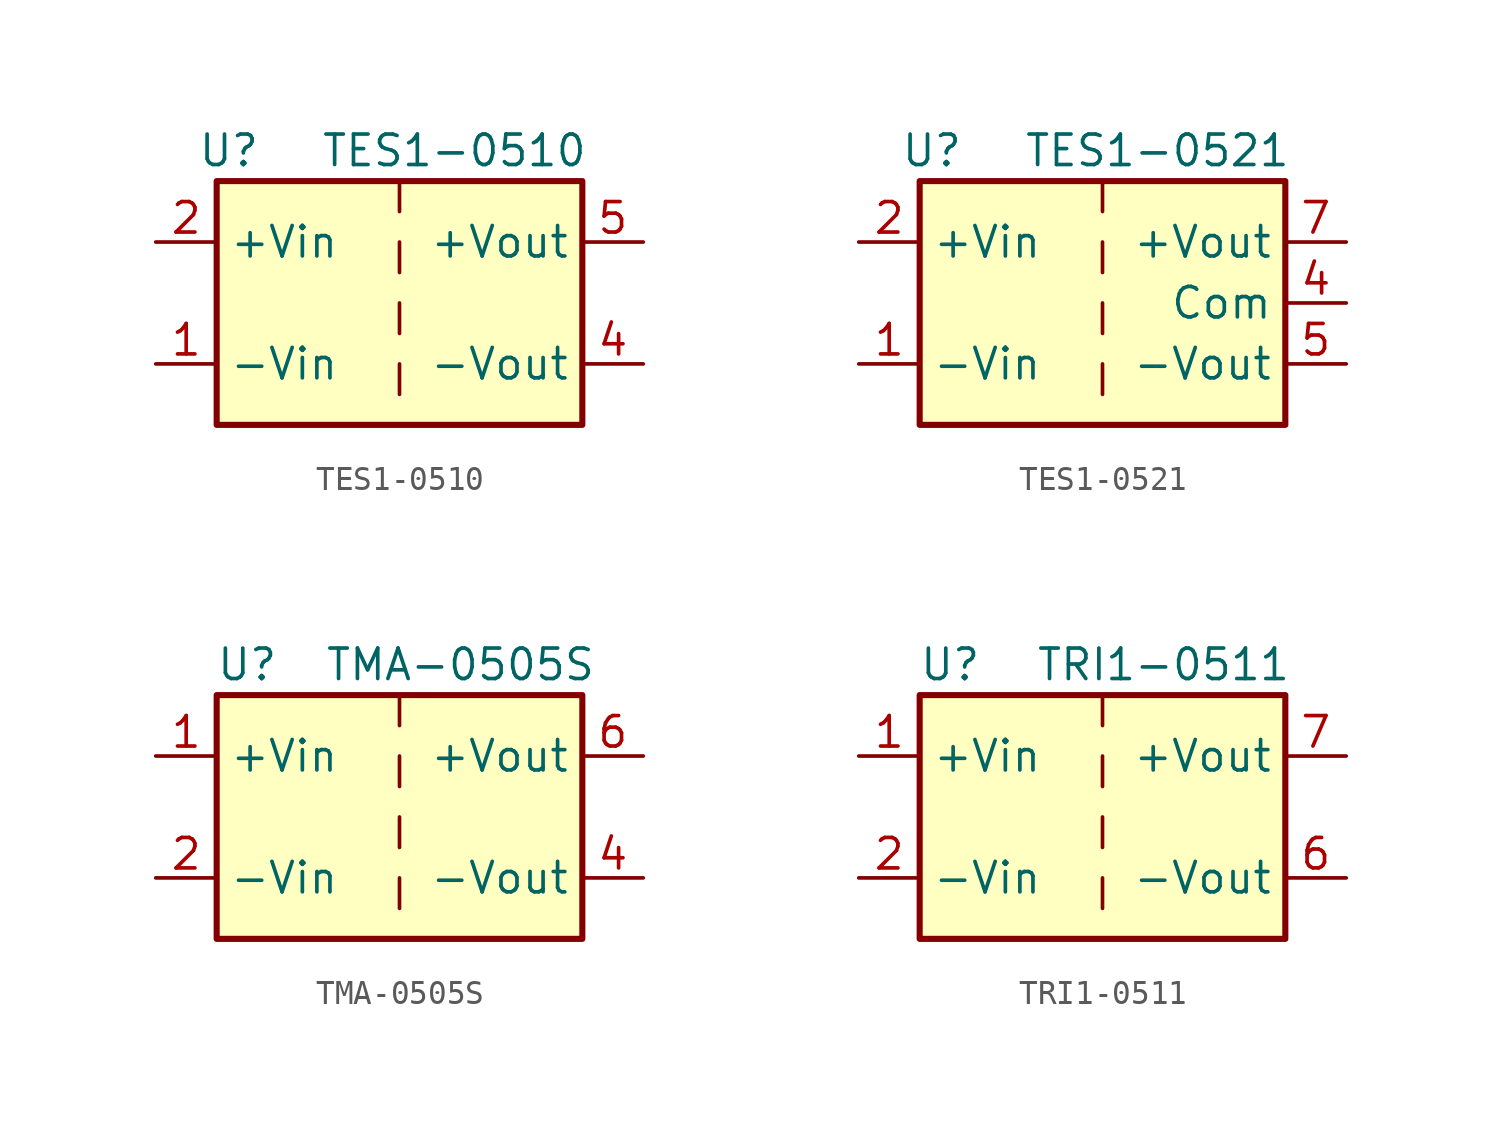
<source format=kicad_sym>
(kicad_symbol_lib
  (version 20241209)
  (generator "kicad_symbol_editor")
  (generator_version "9.0")
  (symbol "TES1-0510"
    (property "Reference" "U"
      (at -7.112 6.35 0)
      (effects (font (size 1.27 1.27))))
    (property "Value" "TES1-0510"
      (at 2.286 6.35 0)
      (effects (font (size 1.27 1.27))))
    (symbol "TES1-0510_0_0"
      (pin power_in line (at -10.16 2.54 0) (length 2.54) (name "+Vin" (effects (font (size 1.27 1.27)))) (number "2" (effects (font (size 1.27 1.27)))))
      (pin power_in line (at -10.16 -2.54 0) (length 2.54) (name "-Vin" (effects (font (size 1.27 1.27)))) (number "1" (effects (font (size 1.27 1.27))))))
    (symbol "TES1-0510_0_1"
      (rectangle (start -7.62 5.08) (end 7.62 -5.08) (stroke (width 0.254) (type default)) (fill (type background)))
      (polyline (pts (xy 0 5.08) (xy 0 3.81)) (stroke (width 0) (type default)) (fill (type none)))
      (polyline (pts (xy 0 2.54) (xy 0 1.27)) (stroke (width 0) (type default)) (fill (type none)))
      (polyline (pts (xy 0 0) (xy 0 -1.27)) (stroke (width 0) (type default)) (fill (type none)))
      (polyline (pts (xy 0 -2.54) (xy 0 -3.81)) (stroke (width 0) (type default)) (fill (type none))))
    (symbol "TES1-0510_1_0"
      (pin no_connect line (at 0 5.08 270) (length 2.54) (hide yes) (name "NTC" (effects (font (size 1.27 1.27)))) (number "8" (effects (font (size 1.27 1.27)))))
      (pin power_out line (at 10.16 2.54 180) (length 2.54) (name "+Vout" (effects (font (size 1.27 1.27)))) (number "5" (effects (font (size 1.27 1.27)))))
      (pin power_out line (at 10.16 -2.54 180) (length 2.54) (name "-Vout" (effects (font (size 1.27 1.27)))) (number "4" (effects (font (size 1.27 1.27)))))))
  (symbol "TES1-0521"
    (property "Reference" "U"
      (at -7.112 6.35 0)
      (effects (font (size 1.27 1.27))))
    (property "Value" "TES1-0521"
      (at 2.286 6.35 0)
      (effects (font (size 1.27 1.27))))
    (symbol "TES1-0521_0_0"
      (pin power_in line (at -10.16 2.54 0) (length 2.54) (name "+Vin" (effects (font (size 1.27 1.27)))) (number "2" (effects (font (size 1.27 1.27)))))
      (pin power_in line (at -10.16 -2.54 0) (length 2.54) (name "-Vin" (effects (font (size 1.27 1.27)))) (number "1" (effects (font (size 1.27 1.27))))))
    (symbol "TES1-0521_0_1"
      (rectangle (start -7.62 5.08) (end 7.62 -5.08) (stroke (width 0.254) (type default)) (fill (type background)))
      (polyline (pts (xy 0 5.08) (xy 0 3.81)) (stroke (width 0) (type default)) (fill (type none)))
      (polyline (pts (xy 0 2.54) (xy 0 1.27)) (stroke (width 0) (type default)) (fill (type none)))
      (polyline (pts (xy 0 0) (xy 0 -1.27)) (stroke (width 0) (type default)) (fill (type none)))
      (polyline (pts (xy 0 -2.54) (xy 0 -3.81)) (stroke (width 0) (type default)) (fill (type none))))
    (symbol "TES1-0521_1_0"
      (pin no_connect line (at 0 5.08 270) (length 2.54) (hide yes) (name "NTC" (effects (font (size 1.27 1.27)))) (number "10" (effects (font (size 1.27 1.27)))))
      (pin power_out line (at 10.16 2.54 180) (length 2.54) (name "+Vout" (effects (font (size 1.27 1.27)))) (number "7" (effects (font (size 1.27 1.27)))))
      (pin power_out line (at 10.16 0 180) (length 2.54) (name "Com" (effects (font (size 1.27 1.27)))) (number "4" (effects (font (size 1.27 1.27)))))
      (pin power_out line (at 10.16 -2.54 180) (length 2.54) (name "-Vout" (effects (font (size 1.27 1.27)))) (number "5" (effects (font (size 1.27 1.27)))))))
  (symbol "TMA-0505S"
    (property "Reference" "U"
      (at -6.35 6.35 0)
      (effects (font (size 1.27 1.27))))
    (property "Value" "TMA-0505S"
      (at 2.54 6.35 0)
      (effects (font (size 1.27 1.27))))
    (symbol "TMA-0505S_0_1"
      (rectangle (start -7.62 5.08) (end 7.62 -5.08) (stroke (width 0.254) (type default)) (fill (type background)))
      (polyline (pts (xy 0 5.08) (xy 0 3.81)) (stroke (width 0) (type default)) (fill (type none)))
      (polyline (pts (xy 0 2.54) (xy 0 1.27)) (stroke (width 0) (type default)) (fill (type none)))
      (polyline (pts (xy 0 0) (xy 0 -1.27)) (stroke (width 0) (type default)) (fill (type none)))
      (polyline (pts (xy 0 -2.54) (xy 0 -3.81)) (stroke (width 0) (type default)) (fill (type none))))
    (symbol "TMA-0505S_1_1"
      (pin power_in line (at -10.16 2.54 0) (length 2.54) (name "+Vin" (effects (font (size 1.27 1.27)))) (number "1" (effects (font (size 1.27 1.27)))))
      (pin power_in line (at -10.16 -2.54 0) (length 2.54) (name "-Vin" (effects (font (size 1.27 1.27)))) (number "2" (effects (font (size 1.27 1.27)))))
      (pin power_out line (at 10.16 2.54 180) (length 2.54) (name "+Vout" (effects (font (size 1.27 1.27)))) (number "6" (effects (font (size 1.27 1.27)))))
      (pin power_out line (at 10.16 -2.54 180) (length 2.54) (name "-Vout" (effects (font (size 1.27 1.27)))) (number "4" (effects (font (size 1.27 1.27)))))))
  (symbol "TRI1-0511"
    (property "Reference" "U"
      (at -6.35 6.35 0)
      (effects (font (size 1.27 1.27))))
    (property "Value" "TRI1-0511"
      (at 2.54 6.35 0)
      (effects (font (size 1.27 1.27))))
    (symbol "TRI1-0511_0_1"
      (rectangle (start -7.62 5.08) (end 7.62 -5.08) (stroke (width 0.254) (type default)) (fill (type background)))
      (polyline (pts (xy 0 5.08) (xy 0 3.81)) (stroke (width 0) (type default)) (fill (type none)))
      (polyline (pts (xy 0 2.54) (xy 0 1.27)) (stroke (width 0) (type default)) (fill (type none)))
      (polyline (pts (xy 0 0) (xy 0 -1.27)) (stroke (width 0) (type default)) (fill (type none)))
      (polyline (pts (xy 0 -2.54) (xy 0 -3.81)) (stroke (width 0) (type default)) (fill (type none))))
    (symbol "TRI1-0511_1_1"
      (pin power_in line (at -10.16 2.54 0) (length 2.54) (name "+Vin" (effects (font (size 1.27 1.27)))) (number "1" (effects (font (size 1.27 1.27)))))
      (pin power_in line (at -10.16 -2.54 0) (length 2.54) (name "-Vin" (effects (font (size 1.27 1.27)))) (number "2" (effects (font (size 1.27 1.27)))))
      (pin power_out line (at 10.16 2.54 180) (length 2.54) (name "+Vout" (effects (font (size 1.27 1.27)))) (number "7" (effects (font (size 1.27 1.27)))))
      (pin power_out line (at 10.16 -2.54 180) (length 2.54) (name "-Vout" (effects (font (size 1.27 1.27)))) (number "6" (effects (font (size 1.27 1.27))))))))
</source>
